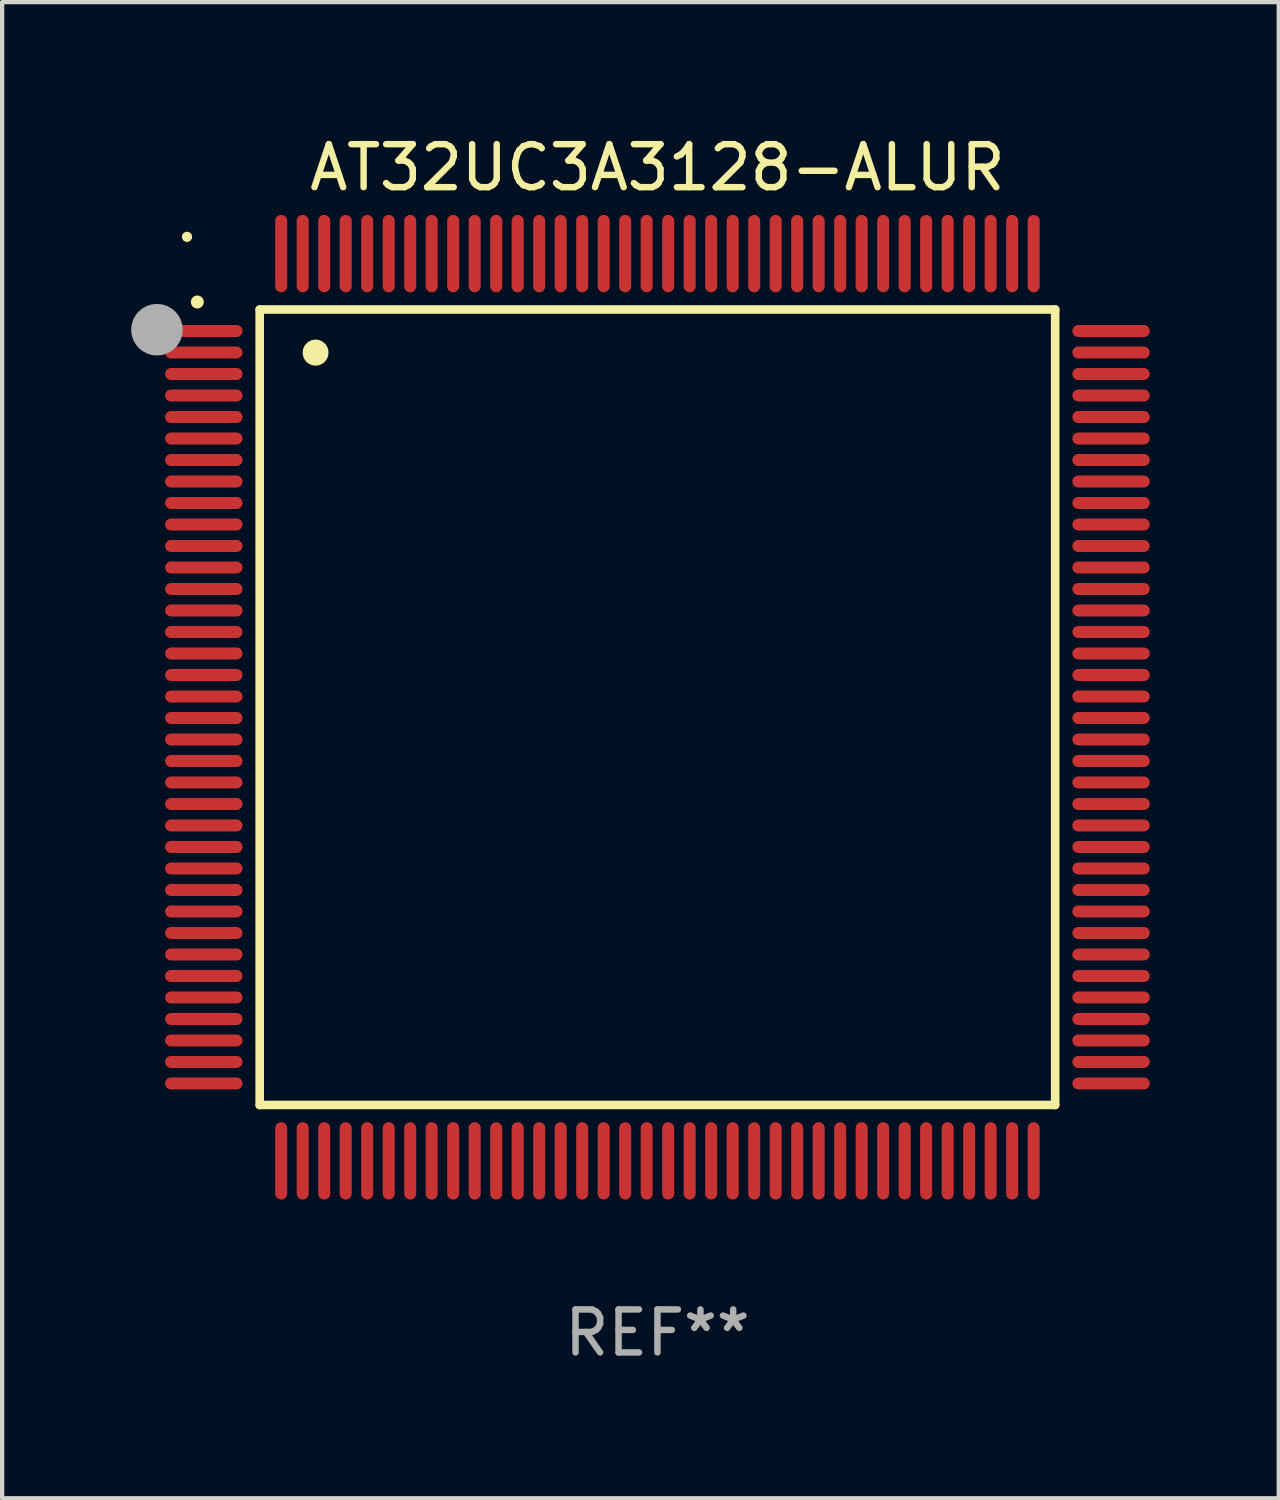
<source format=kicad_pcb>
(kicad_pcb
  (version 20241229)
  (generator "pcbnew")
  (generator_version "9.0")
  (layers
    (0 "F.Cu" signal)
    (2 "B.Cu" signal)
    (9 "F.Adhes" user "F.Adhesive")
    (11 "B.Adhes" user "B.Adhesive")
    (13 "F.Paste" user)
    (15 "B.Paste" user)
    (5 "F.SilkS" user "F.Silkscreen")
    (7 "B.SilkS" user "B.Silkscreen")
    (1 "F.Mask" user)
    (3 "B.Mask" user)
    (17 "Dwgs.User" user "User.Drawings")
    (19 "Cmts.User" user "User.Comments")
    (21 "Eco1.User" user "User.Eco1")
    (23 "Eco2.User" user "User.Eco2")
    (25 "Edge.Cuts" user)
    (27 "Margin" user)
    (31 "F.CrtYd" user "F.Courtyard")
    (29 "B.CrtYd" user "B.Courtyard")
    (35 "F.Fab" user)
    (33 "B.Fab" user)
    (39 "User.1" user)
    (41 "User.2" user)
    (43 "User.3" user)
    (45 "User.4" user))
  (footprint "AT32UC3A3128-ALUR"
    (layer "F.Cu")
    (at 12.24 13.398)
    (property "Reference" "AT32UC3A3128-ALUR" (at 0 -12.55 0) (layer "F.SilkS") (effects (font (size 1 1) (thickness 0.15))))
    (attr through_hole)
    (fp_line (start -9.25 -9.25) (end 9.25 -9.25) (stroke (width 0.2) (type solid)) (layer "F.SilkS"))
    (fp_line (start -9.25 9.25) (end -9.25 -9.25) (stroke (width 0.2) (type solid)) (layer "F.SilkS"))
    (fp_line (start 9.25 -9.25) (end 9.25 9.25) (stroke (width 0.2) (type solid)) (layer "F.SilkS"))
    (fp_line (start 9.25 9.25) (end -9.25 9.25) (stroke (width 0.2) (type solid)) (layer "F.SilkS"))
    (fp_arc (start -10.701041 -9.423419) (mid -10.701046 -9.424689) (end -10.701041 -9.425959) (stroke (width 0.3) (type solid)) (layer "F.SilkS"))
    (fp_arc (start -7.950216 -8.244856) (mid -7.950227 -8.247396) (end -7.950216 -8.249936) (stroke (width 0.6) (type solid)) (layer "F.SilkS"))
    (fp_circle (center -10.94 -10.94) (end -10.88 -10.94) (stroke (width 0.12) (type solid)) (fill no) (layer "F.SilkS"))
    (fp_circle (center -11.64 -8.78) (end -11.34 -8.78) (stroke (width 0.6) (type solid)) (fill no) (layer "F.Fab"))
    (fp_text user "REF**" (at 0 14.55 0) (layer "F.Fab") (effects (font (size 1 1) (thickness 0.15))))
    (pad "1" smd oval (at -10.55 -8.75 90) (size 0.28 1.8) (layers "F.Cu" "F.Mask" "F.Paste"))
    (pad "2" smd oval (at -10.55 -8.25 90) (size 0.28 1.8) (layers "F.Cu" "F.Mask" "F.Paste"))
    (pad "3" smd oval (at -10.55 -7.75 90) (size 0.28 1.8) (layers "F.Cu" "F.Mask" "F.Paste"))
    (pad "4" smd oval (at -10.55 -7.25 90) (size 0.28 1.8) (layers "F.Cu" "F.Mask" "F.Paste"))
    (pad "5" smd oval (at -10.55 -6.75 90) (size 0.28 1.8) (layers "F.Cu" "F.Mask" "F.Paste"))
    (pad "6" smd oval (at -10.55 -6.25 90) (size 0.28 1.8) (layers "F.Cu" "F.Mask" "F.Paste"))
    (pad "7" smd oval (at -10.55 -5.75 90) (size 0.28 1.8) (layers "F.Cu" "F.Mask" "F.Paste"))
    (pad "8" smd oval (at -10.55 -5.25 90) (size 0.28 1.8) (layers "F.Cu" "F.Mask" "F.Paste"))
    (pad "9" smd oval (at -10.55 -4.75 90) (size 0.28 1.8) (layers "F.Cu" "F.Mask" "F.Paste"))
    (pad "10" smd oval (at -10.55 -4.25 90) (size 0.28 1.8) (layers "F.Cu" "F.Mask" "F.Paste"))
    (pad "11" smd oval (at -10.55 -3.75 90) (size 0.28 1.8) (layers "F.Cu" "F.Mask" "F.Paste"))
    (pad "12" smd oval (at -10.55 -3.25 90) (size 0.28 1.8) (layers "F.Cu" "F.Mask" "F.Paste"))
    (pad "13" smd oval (at -10.55 -2.75 90) (size 0.28 1.8) (layers "F.Cu" "F.Mask" "F.Paste"))
    (pad "14" smd oval (at -10.55 -2.25 90) (size 0.28 1.8) (layers "F.Cu" "F.Mask" "F.Paste"))
    (pad "15" smd oval (at -10.55 -1.75 90) (size 0.28 1.8) (layers "F.Cu" "F.Mask" "F.Paste"))
    (pad "16" smd oval (at -10.55 -1.25 90) (size 0.28 1.8) (layers "F.Cu" "F.Mask" "F.Paste"))
    (pad "17" smd oval (at -10.55 -0.75 90) (size 0.28 1.8) (layers "F.Cu" "F.Mask" "F.Paste"))
    (pad "18" smd oval (at -10.55 -0.25 90) (size 0.28 1.8) (layers "F.Cu" "F.Mask" "F.Paste"))
    (pad "19" smd oval (at -10.55 0.25 90) (size 0.28 1.8) (layers "F.Cu" "F.Mask" "F.Paste"))
    (pad "20" smd oval (at -10.55 0.75 90) (size 0.28 1.8) (layers "F.Cu" "F.Mask" "F.Paste"))
    (pad "21" smd oval (at -10.55 1.25 90) (size 0.28 1.8) (layers "F.Cu" "F.Mask" "F.Paste"))
    (pad "22" smd oval (at -10.55 1.75 90) (size 0.28 1.8) (layers "F.Cu" "F.Mask" "F.Paste"))
    (pad "23" smd oval (at -10.55 2.25 90) (size 0.28 1.8) (layers "F.Cu" "F.Mask" "F.Paste"))
    (pad "24" smd oval (at -10.55 2.75 90) (size 0.28 1.8) (layers "F.Cu" "F.Mask" "F.Paste"))
    (pad "25" smd oval (at -10.55 3.25 90) (size 0.28 1.8) (layers "F.Cu" "F.Mask" "F.Paste"))
    (pad "26" smd oval (at -10.55 3.75 90) (size 0.28 1.8) (layers "F.Cu" "F.Mask" "F.Paste"))
    (pad "27" smd oval (at -10.55 4.25 90) (size 0.28 1.8) (layers "F.Cu" "F.Mask" "F.Paste"))
    (pad "28" smd oval (at -10.55 4.75 90) (size 0.28 1.8) (layers "F.Cu" "F.Mask" "F.Paste"))
    (pad "29" smd oval (at -10.55 5.25 90) (size 0.28 1.8) (layers "F.Cu" "F.Mask" "F.Paste"))
    (pad "30" smd oval (at -10.55 5.75 90) (size 0.28 1.8) (layers "F.Cu" "F.Mask" "F.Paste"))
    (pad "31" smd oval (at -10.55 6.25 90) (size 0.28 1.8) (layers "F.Cu" "F.Mask" "F.Paste"))
    (pad "32" smd oval (at -10.55 6.75 90) (size 0.28 1.8) (layers "F.Cu" "F.Mask" "F.Paste"))
    (pad "33" smd oval (at -10.55 7.25 90) (size 0.28 1.8) (layers "F.Cu" "F.Mask" "F.Paste"))
    (pad "34" smd oval (at -10.55 7.75 90) (size 0.28 1.8) (layers "F.Cu" "F.Mask" "F.Paste"))
    (pad "35" smd oval (at -10.55 8.25 90) (size 0.28 1.8) (layers "F.Cu" "F.Mask" "F.Paste"))
    (pad "36" smd oval (at -10.55 8.75 90) (size 0.28 1.8) (layers "F.Cu" "F.Mask" "F.Paste"))
    (pad "37" smd oval (at -8.75 10.55) (size 0.28 1.8) (layers "F.Cu" "F.Mask" "F.Paste"))
    (pad "38" smd oval (at -8.25 10.55) (size 0.28 1.8) (layers "F.Cu" "F.Mask" "F.Paste"))
    (pad "39" smd oval (at -7.75 10.55) (size 0.28 1.8) (layers "F.Cu" "F.Mask" "F.Paste"))
    (pad "40" smd oval (at -7.25 10.55) (size 0.28 1.8) (layers "F.Cu" "F.Mask" "F.Paste"))
    (pad "41" smd oval (at -6.75 10.55) (size 0.28 1.8) (layers "F.Cu" "F.Mask" "F.Paste"))
    (pad "42" smd oval (at -6.25 10.55) (size 0.28 1.8) (layers "F.Cu" "F.Mask" "F.Paste"))
    (pad "43" smd oval (at -5.75 10.55) (size 0.28 1.8) (layers "F.Cu" "F.Mask" "F.Paste"))
    (pad "44" smd oval (at -5.25 10.55) (size 0.28 1.8) (layers "F.Cu" "F.Mask" "F.Paste"))
    (pad "45" smd oval (at -4.75 10.55) (size 0.28 1.8) (layers "F.Cu" "F.Mask" "F.Paste"))
    (pad "46" smd oval (at -4.25 10.55) (size 0.28 1.8) (layers "F.Cu" "F.Mask" "F.Paste"))
    (pad "47" smd oval (at -3.75 10.55) (size 0.28 1.8) (layers "F.Cu" "F.Mask" "F.Paste"))
    (pad "48" smd oval (at -3.25 10.55) (size 0.28 1.8) (layers "F.Cu" "F.Mask" "F.Paste"))
    (pad "49" smd oval (at -2.75 10.55) (size 0.28 1.8) (layers "F.Cu" "F.Mask" "F.Paste"))
    (pad "50" smd oval (at -2.25 10.55) (size 0.28 1.8) (layers "F.Cu" "F.Mask" "F.Paste"))
    (pad "51" smd oval (at -1.75 10.55) (size 0.28 1.8) (layers "F.Cu" "F.Mask" "F.Paste"))
    (pad "52" smd oval (at -1.25 10.55) (size 0.28 1.8) (layers "F.Cu" "F.Mask" "F.Paste"))
    (pad "53" smd oval (at -0.75 10.55) (size 0.28 1.8) (layers "F.Cu" "F.Mask" "F.Paste"))
    (pad "54" smd oval (at -0.25 10.55) (size 0.28 1.8) (layers "F.Cu" "F.Mask" "F.Paste"))
    (pad "55" smd oval (at 0.25 10.55) (size 0.28 1.8) (layers "F.Cu" "F.Mask" "F.Paste"))
    (pad "56" smd oval (at 0.75 10.55) (size 0.28 1.8) (layers "F.Cu" "F.Mask" "F.Paste"))
    (pad "57" smd oval (at 1.25 10.55) (size 0.28 1.8) (layers "F.Cu" "F.Mask" "F.Paste"))
    (pad "58" smd oval (at 1.75 10.55) (size 0.28 1.8) (layers "F.Cu" "F.Mask" "F.Paste"))
    (pad "59" smd oval (at 2.25 10.55) (size 0.28 1.8) (layers "F.Cu" "F.Mask" "F.Paste"))
    (pad "60" smd oval (at 2.75 10.55) (size 0.28 1.8) (layers "F.Cu" "F.Mask" "F.Paste"))
    (pad "61" smd oval (at 3.25 10.55) (size 0.28 1.8) (layers "F.Cu" "F.Mask" "F.Paste"))
    (pad "62" smd oval (at 3.75 10.55) (size 0.28 1.8) (layers "F.Cu" "F.Mask" "F.Paste"))
    (pad "63" smd oval (at 4.25 10.55) (size 0.28 1.8) (layers "F.Cu" "F.Mask" "F.Paste"))
    (pad "64" smd oval (at 4.75 10.55) (size 0.28 1.8) (layers "F.Cu" "F.Mask" "F.Paste"))
    (pad "65" smd oval (at 5.25 10.55) (size 0.28 1.8) (layers "F.Cu" "F.Mask" "F.Paste"))
    (pad "66" smd oval (at 5.75 10.55) (size 0.28 1.8) (layers "F.Cu" "F.Mask" "F.Paste"))
    (pad "67" smd oval (at 6.25 10.55) (size 0.28 1.8) (layers "F.Cu" "F.Mask" "F.Paste"))
    (pad "68" smd oval (at 6.75 10.55) (size 0.28 1.8) (layers "F.Cu" "F.Mask" "F.Paste"))
    (pad "69" smd oval (at 7.25 10.55) (size 0.28 1.8) (layers "F.Cu" "F.Mask" "F.Paste"))
    (pad "70" smd oval (at 7.75 10.55) (size 0.28 1.8) (layers "F.Cu" "F.Mask" "F.Paste"))
    (pad "71" smd oval (at 8.25 10.55) (size 0.28 1.8) (layers "F.Cu" "F.Mask" "F.Paste"))
    (pad "72" smd oval (at 8.75 10.55) (size 0.28 1.8) (layers "F.Cu" "F.Mask" "F.Paste"))
    (pad "73" smd oval (at 10.55 8.75 90) (size 0.28 1.8) (layers "F.Cu" "F.Mask" "F.Paste"))
    (pad "74" smd oval (at 10.55 8.25 90) (size 0.28 1.8) (layers "F.Cu" "F.Mask" "F.Paste"))
    (pad "75" smd oval (at 10.55 7.75 90) (size 0.28 1.8) (layers "F.Cu" "F.Mask" "F.Paste"))
    (pad "76" smd oval (at 10.55 7.25 90) (size 0.28 1.8) (layers "F.Cu" "F.Mask" "F.Paste"))
    (pad "77" smd oval (at 10.55 6.75 90) (size 0.28 1.8) (layers "F.Cu" "F.Mask" "F.Paste"))
    (pad "78" smd oval (at 10.55 6.25 90) (size 0.28 1.8) (layers "F.Cu" "F.Mask" "F.Paste"))
    (pad "79" smd oval (at 10.55 5.75 90) (size 0.28 1.8) (layers "F.Cu" "F.Mask" "F.Paste"))
    (pad "80" smd oval (at 10.55 5.25 90) (size 0.28 1.8) (layers "F.Cu" "F.Mask" "F.Paste"))
    (pad "81" smd oval (at 10.55 4.75 90) (size 0.28 1.8) (layers "F.Cu" "F.Mask" "F.Paste"))
    (pad "82" smd oval (at 10.55 4.25 90) (size 0.28 1.8) (layers "F.Cu" "F.Mask" "F.Paste"))
    (pad "83" smd oval (at 10.55 3.75 90) (size 0.28 1.8) (layers "F.Cu" "F.Mask" "F.Paste"))
    (pad "84" smd oval (at 10.55 3.25 90) (size 0.28 1.8) (layers "F.Cu" "F.Mask" "F.Paste"))
    (pad "85" smd oval (at 10.55 2.75 90) (size 0.28 1.8) (layers "F.Cu" "F.Mask" "F.Paste"))
    (pad "86" smd oval (at 10.55 2.25 90) (size 0.28 1.8) (layers "F.Cu" "F.Mask" "F.Paste"))
    (pad "87" smd oval (at 10.55 1.75 90) (size 0.28 1.8) (layers "F.Cu" "F.Mask" "F.Paste"))
    (pad "88" smd oval (at 10.55 1.25 90) (size 0.28 1.8) (layers "F.Cu" "F.Mask" "F.Paste"))
    (pad "89" smd oval (at 10.55 0.75 90) (size 0.28 1.8) (layers "F.Cu" "F.Mask" "F.Paste"))
    (pad "90" smd oval (at 10.55 0.25 90) (size 0.28 1.8) (layers "F.Cu" "F.Mask" "F.Paste"))
    (pad "91" smd oval (at 10.55 -0.25 90) (size 0.28 1.8) (layers "F.Cu" "F.Mask" "F.Paste"))
    (pad "92" smd oval (at 10.55 -0.75 90) (size 0.28 1.8) (layers "F.Cu" "F.Mask" "F.Paste"))
    (pad "93" smd oval (at 10.55 -1.25 90) (size 0.28 1.8) (layers "F.Cu" "F.Mask" "F.Paste"))
    (pad "94" smd oval (at 10.55 -1.75 90) (size 0.28 1.8) (layers "F.Cu" "F.Mask" "F.Paste"))
    (pad "95" smd oval (at 10.55 -2.25 90) (size 0.28 1.8) (layers "F.Cu" "F.Mask" "F.Paste"))
    (pad "96" smd oval (at 10.55 -2.75 90) (size 0.28 1.8) (layers "F.Cu" "F.Mask" "F.Paste"))
    (pad "97" smd oval (at 10.55 -3.25 90) (size 0.28 1.8) (layers "F.Cu" "F.Mask" "F.Paste"))
    (pad "98" smd oval (at 10.55 -3.75 90) (size 0.28 1.8) (layers "F.Cu" "F.Mask" "F.Paste"))
    (pad "99" smd oval (at 10.55 -4.25 90) (size 0.28 1.8) (layers "F.Cu" "F.Mask" "F.Paste"))
    (pad "100" smd oval (at 10.55 -4.75 90) (size 0.28 1.8) (layers "F.Cu" "F.Mask" "F.Paste"))
    (pad "101" smd oval (at 10.55 -5.25 90) (size 0.28 1.8) (layers "F.Cu" "F.Mask" "F.Paste"))
    (pad "102" smd oval (at 10.55 -5.75 90) (size 0.28 1.8) (layers "F.Cu" "F.Mask" "F.Paste"))
    (pad "103" smd oval (at 10.55 -6.25 90) (size 0.28 1.8) (layers "F.Cu" "F.Mask" "F.Paste"))
    (pad "104" smd oval (at 10.55 -6.75 90) (size 0.28 1.8) (layers "F.Cu" "F.Mask" "F.Paste"))
    (pad "105" smd oval (at 10.55 -7.25 90) (size 0.28 1.8) (layers "F.Cu" "F.Mask" "F.Paste"))
    (pad "106" smd oval (at 10.55 -7.75 90) (size 0.28 1.8) (layers "F.Cu" "F.Mask" "F.Paste"))
    (pad "107" smd oval (at 10.55 -8.25 90) (size 0.28 1.8) (layers "F.Cu" "F.Mask" "F.Paste"))
    (pad "108" smd oval (at 10.55 -8.75 90) (size 0.28 1.8) (layers "F.Cu" "F.Mask" "F.Paste"))
    (pad "109" smd oval (at 8.75 -10.55) (size 0.28 1.8) (layers "F.Cu" "F.Mask" "F.Paste"))
    (pad "110" smd oval (at 8.25 -10.55) (size 0.28 1.8) (layers "F.Cu" "F.Mask" "F.Paste"))
    (pad "111" smd oval (at 7.75 -10.55) (size 0.28 1.8) (layers "F.Cu" "F.Mask" "F.Paste"))
    (pad "112" smd oval (at 7.25 -10.55) (size 0.28 1.8) (layers "F.Cu" "F.Mask" "F.Paste"))
    (pad "113" smd oval (at 6.75 -10.55) (size 0.28 1.8) (layers "F.Cu" "F.Mask" "F.Paste"))
    (pad "114" smd oval (at 6.25 -10.55) (size 0.28 1.8) (layers "F.Cu" "F.Mask" "F.Paste"))
    (pad "115" smd oval (at 5.75 -10.55) (size 0.28 1.8) (layers "F.Cu" "F.Mask" "F.Paste"))
    (pad "116" smd oval (at 5.25 -10.55) (size 0.28 1.8) (layers "F.Cu" "F.Mask" "F.Paste"))
    (pad "117" smd oval (at 4.75 -10.55) (size 0.28 1.8) (layers "F.Cu" "F.Mask" "F.Paste"))
    (pad "118" smd oval (at 4.25 -10.55) (size 0.28 1.8) (layers "F.Cu" "F.Mask" "F.Paste"))
    (pad "119" smd oval (at 3.75 -10.55) (size 0.28 1.8) (layers "F.Cu" "F.Mask" "F.Paste"))
    (pad "120" smd oval (at 3.25 -10.55) (size 0.28 1.8) (layers "F.Cu" "F.Mask" "F.Paste"))
    (pad "121" smd oval (at 2.75 -10.55) (size 0.28 1.8) (layers "F.Cu" "F.Mask" "F.Paste"))
    (pad "122" smd oval (at 2.25 -10.55) (size 0.28 1.8) (layers "F.Cu" "F.Mask" "F.Paste"))
    (pad "123" smd oval (at 1.75 -10.55) (size 0.28 1.8) (layers "F.Cu" "F.Mask" "F.Paste"))
    (pad "124" smd oval (at 1.25 -10.55) (size 0.28 1.8) (layers "F.Cu" "F.Mask" "F.Paste"))
    (pad "125" smd oval (at 0.75 -10.55) (size 0.28 1.8) (layers "F.Cu" "F.Mask" "F.Paste"))
    (pad "126" smd oval (at 0.25 -10.55) (size 0.28 1.8) (layers "F.Cu" "F.Mask" "F.Paste"))
    (pad "127" smd oval (at -0.25 -10.55) (size 0.28 1.8) (layers "F.Cu" "F.Mask" "F.Paste"))
    (pad "128" smd oval (at -0.75 -10.55) (size 0.28 1.8) (layers "F.Cu" "F.Mask" "F.Paste"))
    (pad "129" smd oval (at -1.25 -10.55) (size 0.28 1.8) (layers "F.Cu" "F.Mask" "F.Paste"))
    (pad "130" smd oval (at -1.75 -10.55) (size 0.28 1.8) (layers "F.Cu" "F.Mask" "F.Paste"))
    (pad "131" smd oval (at -2.25 -10.55) (size 0.28 1.8) (layers "F.Cu" "F.Mask" "F.Paste"))
    (pad "132" smd oval (at -2.75 -10.55) (size 0.28 1.8) (layers "F.Cu" "F.Mask" "F.Paste"))
    (pad "133" smd oval (at -3.25 -10.55) (size 0.28 1.8) (layers "F.Cu" "F.Mask" "F.Paste"))
    (pad "134" smd oval (at -3.75 -10.55) (size 0.28 1.8) (layers "F.Cu" "F.Mask" "F.Paste"))
    (pad "135" smd oval (at -4.25 -10.55) (size 0.28 1.8) (layers "F.Cu" "F.Mask" "F.Paste"))
    (pad "136" smd oval (at -4.75 -10.55) (size 0.28 1.8) (layers "F.Cu" "F.Mask" "F.Paste"))
    (pad "137" smd oval (at -5.25 -10.55) (size 0.28 1.8) (layers "F.Cu" "F.Mask" "F.Paste"))
    (pad "138" smd oval (at -5.75 -10.55) (size 0.28 1.8) (layers "F.Cu" "F.Mask" "F.Paste"))
    (pad "139" smd oval (at -6.25 -10.55) (size 0.28 1.8) (layers "F.Cu" "F.Mask" "F.Paste"))
    (pad "140" smd oval (at -6.75 -10.55) (size 0.28 1.8) (layers "F.Cu" "F.Mask" "F.Paste"))
    (pad "141" smd oval (at -7.25 -10.55) (size 0.28 1.8) (layers "F.Cu" "F.Mask" "F.Paste"))
    (pad "142" smd oval (at -7.75 -10.55) (size 0.28 1.8) (layers "F.Cu" "F.Mask" "F.Paste"))
    (pad "143" smd oval (at -8.25 -10.55) (size 0.28 1.8) (layers "F.Cu" "F.Mask" "F.Paste"))
    (pad "144" smd oval (at -8.75 -10.55) (size 0.28 1.8) (layers "F.Cu" "F.Mask" "F.Paste")))
  (gr_rect
    (start -3 -3)
    (end 26.69 31.796)
    (stroke (width 0.1) (type default))
    (fill no)
    (layer "Edge.Cuts")))
</source>
